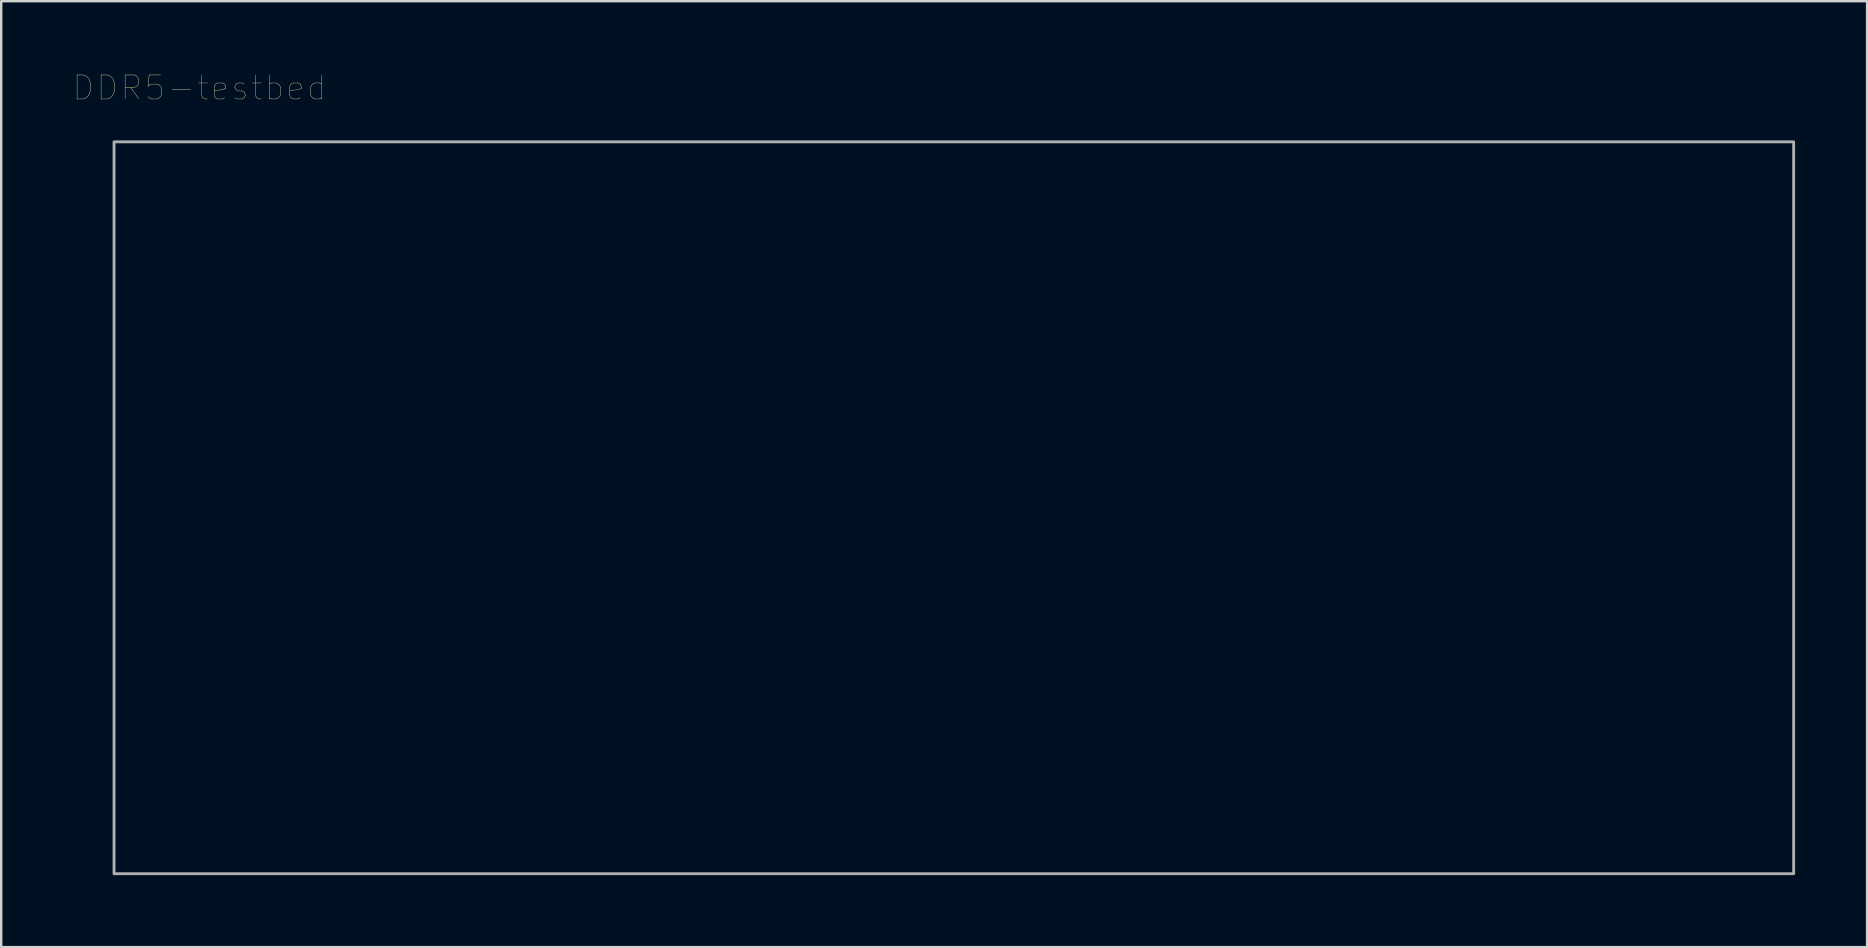
<source format=kicad_pcb>
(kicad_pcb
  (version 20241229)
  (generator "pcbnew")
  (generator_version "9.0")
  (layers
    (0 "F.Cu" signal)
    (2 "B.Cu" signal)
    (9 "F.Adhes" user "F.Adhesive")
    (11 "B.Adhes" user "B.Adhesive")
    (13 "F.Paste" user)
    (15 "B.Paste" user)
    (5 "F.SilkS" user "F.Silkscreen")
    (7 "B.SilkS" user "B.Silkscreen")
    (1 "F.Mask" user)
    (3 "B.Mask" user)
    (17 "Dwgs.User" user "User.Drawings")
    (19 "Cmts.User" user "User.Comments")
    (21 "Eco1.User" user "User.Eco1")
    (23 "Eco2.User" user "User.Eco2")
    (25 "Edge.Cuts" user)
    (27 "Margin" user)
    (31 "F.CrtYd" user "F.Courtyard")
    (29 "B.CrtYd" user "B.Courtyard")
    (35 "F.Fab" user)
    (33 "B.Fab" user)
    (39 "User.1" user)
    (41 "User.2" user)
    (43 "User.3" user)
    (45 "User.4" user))
  (footprint "DDR5-testbed"
    (layer "F.Cu")
    (at 33.203 3.362)
    (property "Reference" "DDR5-testbed" (at -27.94 -2.75 0) (layer "F.SilkS") (effects (font (size 1.001 1.001) (thickness 0.015))))
    (attr exclude_from_pos_files exclude_from_bom)
    (fp_rect (start -31.5 -0.5) (end 38.5 30) (stroke (width 0.12) (type solid)) (fill no) (layer "F.Fab")))
  (gr_rect
    (start -3 -3)
    (end 74.763 36.422)
    (stroke (width 0.1) (type default))
    (fill no)
    (layer "Edge.Cuts")))
</source>
